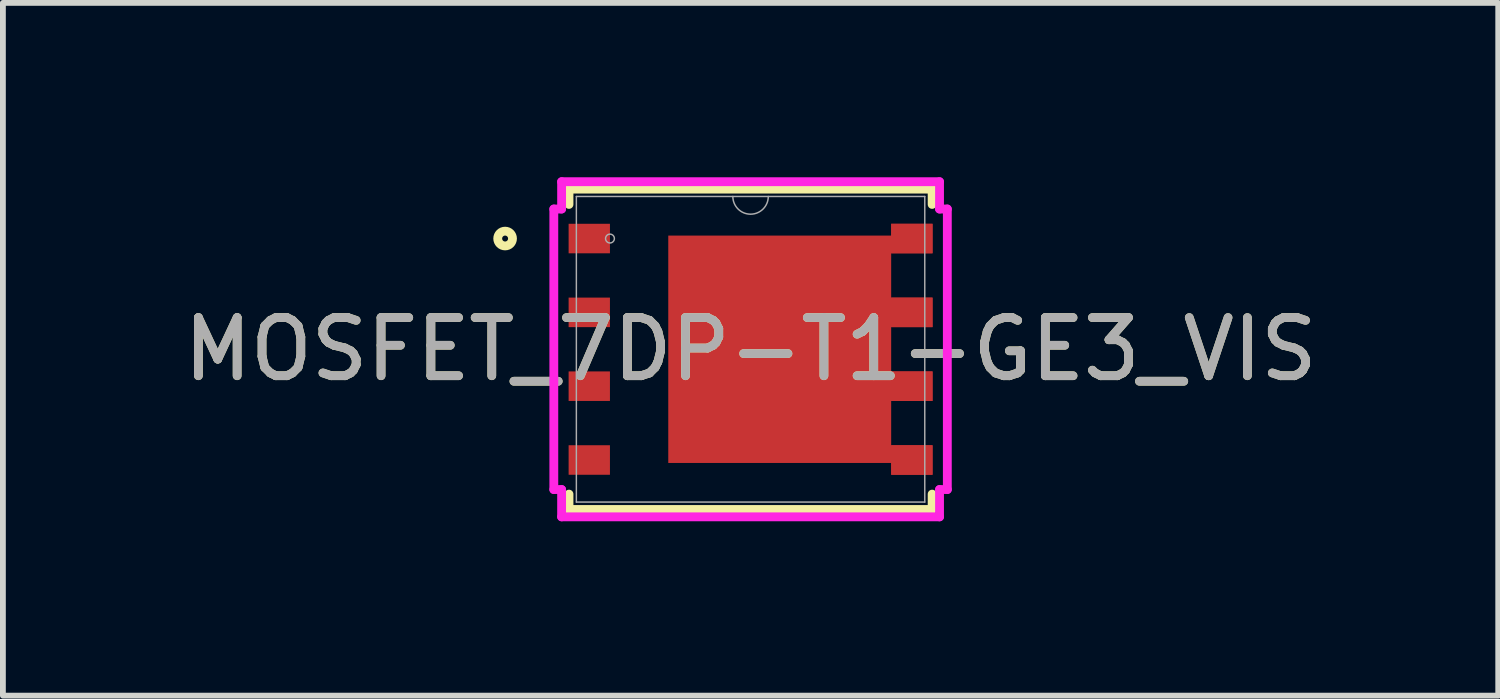
<source format=kicad_pcb>
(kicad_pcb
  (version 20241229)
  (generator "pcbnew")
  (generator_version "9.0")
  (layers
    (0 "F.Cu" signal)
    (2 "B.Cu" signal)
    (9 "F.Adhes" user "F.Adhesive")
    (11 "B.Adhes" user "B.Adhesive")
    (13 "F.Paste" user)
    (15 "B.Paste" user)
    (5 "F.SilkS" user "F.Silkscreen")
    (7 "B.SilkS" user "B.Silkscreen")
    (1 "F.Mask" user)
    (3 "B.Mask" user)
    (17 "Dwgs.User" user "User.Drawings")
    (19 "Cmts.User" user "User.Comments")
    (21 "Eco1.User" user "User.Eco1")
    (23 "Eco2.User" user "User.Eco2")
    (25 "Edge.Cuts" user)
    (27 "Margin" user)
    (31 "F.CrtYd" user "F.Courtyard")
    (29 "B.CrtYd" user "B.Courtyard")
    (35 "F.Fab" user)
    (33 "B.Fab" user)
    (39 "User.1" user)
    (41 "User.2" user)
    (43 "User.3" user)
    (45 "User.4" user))
  (footprint "MOSFET_7DP-T1-GE3_VIS"
    (layer "F.Cu")
    (at 9.863 2.959)
    (property "Reference" "MOSFET_7DP-T1-GE3_VIS" (at 0 0 0) (unlocked yes) (layer "F.SilkS") (effects (font (size 1 1) (thickness 0.15))))
    (attr smd)
    (fp_poly (pts (xy -1.416 -1.956) (xy -1.416 1.956) (xy 2.419 1.956) (xy 2.419 2.159) (xy 3.131 2.159) (xy 3.131 1.651) (xy 2.419 1.651) (xy 2.419 0.889) (xy 3.131 0.889) (xy 3.131 0.381) (xy 2.419 0.381) (xy 2.419 -0.381) (xy 3.131 -0.381) (xy 3.131 -0.889) (xy 2.419 -0.889) (xy 2.419 -1.651) (xy 3.131 -1.651) (xy 3.131 -2.159) (xy 2.419 -2.159) (xy 2.419 -1.956)) (stroke (width 0) (type solid)) (fill yes) (layer "F.Cu"))
    (fp_poly (pts (xy -1.416 -1.956) (xy -1.416 1.956) (xy 2.419 1.956) (xy 2.419 2.159) (xy 3.131 2.159) (xy 3.131 1.651) (xy 2.419 1.651) (xy 2.419 0.889) (xy 3.131 0.889) (xy 3.131 0.381) (xy 2.419 0.381) (xy 2.419 -0.381) (xy 3.131 -0.381) (xy 3.131 -0.889) (xy 2.419 -0.889) (xy 2.419 -1.651) (xy 3.131 -1.651) (xy 3.131 -2.159) (xy 2.419 -2.159) (xy 2.419 -1.956)) (stroke (width 0) (type solid)) (fill yes) (layer "F.Mask"))
    (fp_line (start -3.124 -2.756) (end -3.124 -2.492) (stroke (width 0.152) (type solid)) (layer "F.SilkS"))
    (fp_line (start -3.124 2.492) (end -3.124 2.756) (stroke (width 0.152) (type solid)) (layer "F.SilkS"))
    (fp_line (start -3.124 2.756) (end 3.124 2.756) (stroke (width 0.152) (type solid)) (layer "F.SilkS"))
    (fp_line (start 3.124 -2.756) (end -3.124 -2.756) (stroke (width 0.152) (type solid)) (layer "F.SilkS"))
    (fp_line (start 3.124 -2.492) (end 3.124 -2.756) (stroke (width 0.152) (type solid)) (layer "F.SilkS"))
    (fp_line (start 3.124 2.756) (end 3.124 2.492) (stroke (width 0.152) (type solid)) (layer "F.SilkS"))
    (fp_circle (center -4.223 -1.905) (end -4.096 -1.905) (stroke (width 0.152) (type solid)) (fill no) (layer "F.SilkS"))
    (fp_poly (pts (xy -1.818 -1.856) (xy -1.818 -0.752) (xy -0.739 -0.752) (xy -0.739 -1.856)) (stroke (width 0) (type solid)) (fill yes) (layer "F.Paste"))
    (fp_poly (pts (xy -1.818 -0.552) (xy -1.818 0.552) (xy -0.739 0.552) (xy -0.739 -0.552)) (stroke (width 0) (type solid)) (fill yes) (layer "F.Paste"))
    (fp_poly (pts (xy -1.818 0.752) (xy -1.818 1.856) (xy -0.739 1.856) (xy -0.739 0.752)) (stroke (width 0) (type solid)) (fill yes) (layer "F.Paste"))
    (fp_poly (pts (xy -0.539 -1.856) (xy -0.539 -0.752) (xy 0.539 -0.752) (xy 0.539 -1.856)) (stroke (width 0) (type solid)) (fill yes) (layer "F.Paste"))
    (fp_poly (pts (xy -0.539 -0.552) (xy -0.539 0.552) (xy 0.539 0.552) (xy 0.539 -0.552)) (stroke (width 0) (type solid)) (fill yes) (layer "F.Paste"))
    (fp_poly (pts (xy -0.539 0.752) (xy -0.539 1.856) (xy 0.539 1.856) (xy 0.539 0.752)) (stroke (width 0) (type solid)) (fill yes) (layer "F.Paste"))
    (fp_poly (pts (xy 0.739 -1.856) (xy 0.739 -0.752) (xy 1.818 -0.752) (xy 1.818 -1.856)) (stroke (width 0) (type solid)) (fill yes) (layer "F.Paste"))
    (fp_poly (pts (xy 0.739 -0.552) (xy 0.739 0.552) (xy 1.818 0.552) (xy 1.818 -0.552)) (stroke (width 0) (type solid)) (fill yes) (layer "F.Paste"))
    (fp_poly (pts (xy 0.739 0.752) (xy 0.739 1.856) (xy 1.818 1.856) (xy 1.818 0.752)) (stroke (width 0) (type solid)) (fill yes) (layer "F.Paste"))
    (fp_poly (pts (xy -1.416 -1.956) (xy -1.416 1.956) (xy 2.419 1.956) (xy 2.419 2.159) (xy 3.131 2.159) (xy 3.131 1.651) (xy 2.419 1.651) (xy 2.419 0.889) (xy 3.131 0.889) (xy 3.131 0.381) (xy 2.419 0.381) (xy 2.419 -0.381) (xy 3.131 -0.381) (xy 3.131 -0.889) (xy 2.419 -0.889) (xy 2.419 -1.651) (xy 3.131 -1.651) (xy 3.131 -2.159) (xy 2.419 -2.159) (xy 2.419 -1.956)) (stroke (width 0) (type solid)) (fill yes) (layer "F.Paste"))
    (fp_line (start -3.385 -2.413) (end -3.251 -2.413) (stroke (width 0.152) (type solid)) (layer "F.CrtYd"))
    (fp_line (start -3.385 2.413) (end -3.385 -2.413) (stroke (width 0.152) (type solid)) (layer "F.CrtYd"))
    (fp_line (start -3.385 2.413) (end -3.251 2.413) (stroke (width 0.152) (type solid)) (layer "F.CrtYd"))
    (fp_line (start -3.251 -2.883) (end 3.251 -2.883) (stroke (width 0.152) (type solid)) (layer "F.CrtYd"))
    (fp_line (start -3.251 -2.413) (end -3.251 -2.883) (stroke (width 0.152) (type solid)) (layer "F.CrtYd"))
    (fp_line (start -3.251 2.883) (end -3.251 2.413) (stroke (width 0.152) (type solid)) (layer "F.CrtYd"))
    (fp_line (start 3.251 -2.883) (end 3.251 -2.413) (stroke (width 0.152) (type solid)) (layer "F.CrtYd"))
    (fp_line (start 3.251 2.413) (end 3.251 2.883) (stroke (width 0.152) (type solid)) (layer "F.CrtYd"))
    (fp_line (start 3.251 2.883) (end -3.251 2.883) (stroke (width 0.152) (type solid)) (layer "F.CrtYd"))
    (fp_line (start 3.385 -2.413) (end 3.251 -2.413) (stroke (width 0.152) (type solid)) (layer "F.CrtYd"))
    (fp_line (start 3.385 -2.413) (end 3.385 2.413) (stroke (width 0.152) (type solid)) (layer "F.CrtYd"))
    (fp_line (start 3.385 2.413) (end 3.251 2.413) (stroke (width 0.152) (type solid)) (layer "F.CrtYd"))
    (fp_line (start -2.997 -2.629) (end -2.997 2.629) (stroke (width 0.025) (type solid)) (layer "F.Fab"))
    (fp_line (start -2.997 2.629) (end 2.997 2.629) (stroke (width 0.025) (type solid)) (layer "F.Fab"))
    (fp_line (start 2.997 -2.629) (end -2.997 -2.629) (stroke (width 0.025) (type solid)) (layer "F.Fab"))
    (fp_line (start 2.997 2.629) (end 2.997 -2.629) (stroke (width 0.025) (type solid)) (layer "F.Fab"))
    (fp_arc (start 0.3048 -2.6289) (mid 0 -2.3241) (end -0.3048 -2.6289) (stroke (width 0.0254) (type solid)) (layer "F.Fab"))
    (fp_circle (center -2.419 -1.905) (end -2.343 -1.905) (stroke (width 0.025) (type solid)) (fill no) (layer "F.Fab"))
    (fp_text user "${REFERENCE}" (at 0 0 0) (unlocked yes) (layer "F.Fab") (effects (font (size 1 1) (thickness 0.15))))
    (pad "1" smd rect (at -2.775 -1.905) (size 0.711 0.508) (layers "F.Cu" "F.Mask" "F.Paste"))
    (pad "2" smd rect (at -2.775 -0.635) (size 0.711 0.508) (layers "F.Cu" "F.Mask" "F.Paste"))
    (pad "3" smd rect (at -2.775 0.635) (size 0.711 0.508) (layers "F.Cu" "F.Mask" "F.Paste"))
    (pad "4" smd rect (at -2.775 1.905) (size 0.711 0.508) (layers "F.Cu" "F.Mask" "F.Paste"))
    (pad "5" smd rect (at 2.775 1.905) (size 0.711 0.508) (layers "F.Cu" "F.Mask" "F.Paste"))
    (pad "6" smd rect (at 2.775 0.635) (size 0.711 0.508) (layers "F.Cu" "F.Mask" "F.Paste"))
    (pad "7" smd rect (at 2.775 -0.635) (size 0.711 0.508) (layers "F.Cu" "F.Mask" "F.Paste"))
    (pad "8" smd rect (at 2.775 -1.905) (size 0.711 0.508) (layers "F.Cu" "F.Mask" "F.Paste")))
  (gr_rect
    (start -3 -3)
    (end 22.726 8.918)
    (stroke (width 0.1) (type default))
    (fill no)
    (layer "Edge.Cuts")))
</source>
